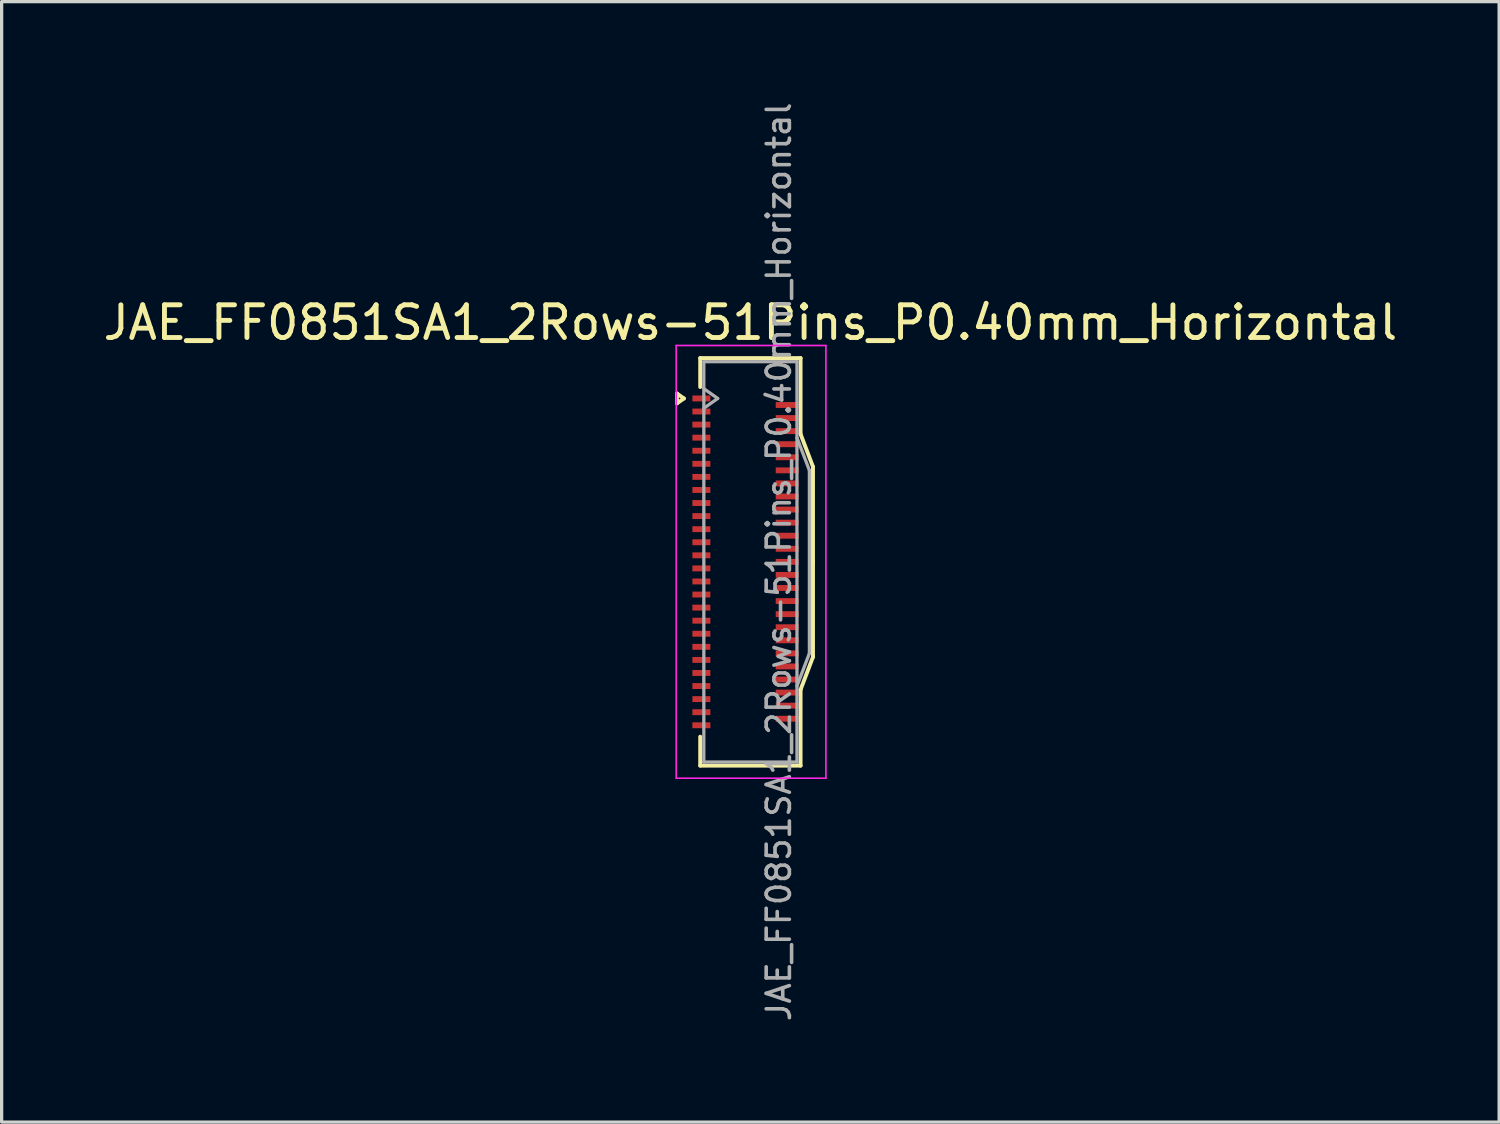
<source format=kicad_pcb>
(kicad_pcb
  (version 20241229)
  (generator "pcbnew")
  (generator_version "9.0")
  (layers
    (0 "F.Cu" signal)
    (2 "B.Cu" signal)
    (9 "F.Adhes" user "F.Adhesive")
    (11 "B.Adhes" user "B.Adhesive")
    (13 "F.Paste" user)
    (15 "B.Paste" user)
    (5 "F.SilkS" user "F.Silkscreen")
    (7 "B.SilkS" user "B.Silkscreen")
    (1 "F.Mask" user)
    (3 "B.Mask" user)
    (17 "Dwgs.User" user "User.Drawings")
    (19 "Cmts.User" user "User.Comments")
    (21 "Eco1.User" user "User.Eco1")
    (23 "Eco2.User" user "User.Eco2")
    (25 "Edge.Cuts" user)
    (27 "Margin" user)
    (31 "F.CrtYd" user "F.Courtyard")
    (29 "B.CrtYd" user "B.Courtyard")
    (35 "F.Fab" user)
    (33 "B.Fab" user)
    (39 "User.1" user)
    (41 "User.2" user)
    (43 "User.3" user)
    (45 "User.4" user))
  (footprint "JAE_FF0851SA1_2Rows-51Pins_P0.40mm_Horizontal"
    (layer "F.Cu")
    (at 19.761 14.142)
    (property "Reference" "JAE_FF0851SA1_2Rows-51Pins_P0.40mm_Horizontal" (at 0.15 -7.32 0) (layer "F.SilkS") (effects (font (size 1 1) (thickness 0.15))))
    (attr smd)
    (fp_line (start -2.097 -5.15) (end -1.885 -5) (stroke (width 0.12) (type solid)) (layer "F.SilkS"))
    (fp_line (start -2.097 -4.85) (end -2.097 -5.15) (stroke (width 0.12) (type solid)) (layer "F.SilkS"))
    (fp_line (start -1.885 -5) (end -2.097 -4.85) (stroke (width 0.12) (type solid)) (layer "F.SilkS"))
    (fp_line (start -1.385 -6.235) (end 1.685 -6.235) (stroke (width 0.12) (type solid)) (layer "F.SilkS"))
    (fp_line (start -1.385 -5.35) (end -1.385 -6.235) (stroke (width 0.12) (type solid)) (layer "F.SilkS"))
    (fp_line (start -1.385 5.35) (end -1.385 6.235) (stroke (width 0.12) (type solid)) (layer "F.SilkS"))
    (fp_line (start -1.385 6.235) (end 1.685 6.235) (stroke (width 0.12) (type solid)) (layer "F.SilkS"))
    (fp_line (start 1.685 -6.235) (end 1.685 -3.91) (stroke (width 0.12) (type solid)) (layer "F.SilkS"))
    (fp_line (start 1.685 -3.91) (end 2.065 -2.91) (stroke (width 0.12) (type solid)) (layer "F.SilkS"))
    (fp_line (start 1.685 3.91) (end 2.065 2.91) (stroke (width 0.12) (type solid)) (layer "F.SilkS"))
    (fp_line (start 1.685 6.235) (end 1.685 3.91) (stroke (width 0.12) (type solid)) (layer "F.SilkS"))
    (fp_line (start 2.065 -2.91) (end 2.065 0) (stroke (width 0.12) (type solid)) (layer "F.SilkS"))
    (fp_line (start 2.065 2.91) (end 2.065 0) (stroke (width 0.12) (type solid)) (layer "F.SilkS"))
    (fp_line (start -2.12 -6.62) (end -2.12 6.62) (stroke (width 0.05) (type solid)) (layer "F.CrtYd"))
    (fp_line (start -2.12 6.62) (end 2.46 6.62) (stroke (width 0.05) (type solid)) (layer "F.CrtYd"))
    (fp_line (start 2.46 -6.62) (end -2.12 -6.62) (stroke (width 0.05) (type solid)) (layer "F.CrtYd"))
    (fp_line (start 2.46 6.62) (end 2.46 -6.62) (stroke (width 0.05) (type solid)) (layer "F.CrtYd"))
    (fp_line (start -1.275 -6.125) (end -1.275 6.125) (stroke (width 0.1) (type solid)) (layer "F.Fab"))
    (fp_line (start -1.275 -5.3) (end -0.851 -5) (stroke (width 0.1) (type solid)) (layer "F.Fab"))
    (fp_line (start -1.275 6.125) (end 1.575 6.125) (stroke (width 0.1) (type solid)) (layer "F.Fab"))
    (fp_line (start -0.851 -5) (end -1.275 -4.7) (stroke (width 0.1) (type solid)) (layer "F.Fab"))
    (fp_line (start 1.575 -6.125) (end -1.275 -6.125) (stroke (width 0.1) (type solid)) (layer "F.Fab"))
    (fp_line (start 1.575 -3.8) (end 1.955 -2.8) (stroke (width 0.1) (type solid)) (layer "F.Fab"))
    (fp_line (start 1.575 6.125) (end 1.575 -6.125) (stroke (width 0.1) (type solid)) (layer "F.Fab"))
    (fp_line (start 1.955 -2.8) (end 1.955 2.8) (stroke (width 0.1) (type solid)) (layer "F.Fab"))
    (fp_line (start 1.955 2.8) (end 1.575 3.8) (stroke (width 0.1) (type solid)) (layer "F.Fab"))
    (fp_text user "${REFERENCE}" (at 1.02 0 90) (layer "F.Fab") (effects (font (size 0.71 0.71) (thickness 0.11))))
    (pad "1" smd rect (at -1.35 -5) (size 0.55 0.18) (layers "F.Cu" "F.Mask" "F.Paste"))
    (pad "2" smd rect (at 1.275 -4.8) (size 0.7 0.18) (layers "F.Cu" "F.Mask" "F.Paste"))
    (pad "3" smd rect (at -1.35 -4.6) (size 0.55 0.18) (layers "F.Cu" "F.Mask" "F.Paste"))
    (pad "4" smd rect (at 1.275 -4.4) (size 0.7 0.18) (layers "F.Cu" "F.Mask" "F.Paste"))
    (pad "5" smd rect (at -1.35 -4.2) (size 0.55 0.18) (layers "F.Cu" "F.Mask" "F.Paste"))
    (pad "6" smd rect (at 1.275 -4) (size 0.7 0.18) (layers "F.Cu" "F.Mask" "F.Paste"))
    (pad "7" smd rect (at -1.35 -3.8) (size 0.55 0.18) (layers "F.Cu" "F.Mask" "F.Paste"))
    (pad "8" smd rect (at 1.275 -3.6) (size 0.7 0.18) (layers "F.Cu" "F.Mask" "F.Paste"))
    (pad "9" smd rect (at -1.35 -3.4) (size 0.55 0.18) (layers "F.Cu" "F.Mask" "F.Paste"))
    (pad "10" smd rect (at 1.275 -3.2) (size 0.7 0.18) (layers "F.Cu" "F.Mask" "F.Paste"))
    (pad "11" smd rect (at -1.35 -3) (size 0.55 0.18) (layers "F.Cu" "F.Mask" "F.Paste"))
    (pad "12" smd rect (at 1.275 -2.8) (size 0.7 0.18) (layers "F.Cu" "F.Mask" "F.Paste"))
    (pad "13" smd rect (at -1.35 -2.6) (size 0.55 0.18) (layers "F.Cu" "F.Mask" "F.Paste"))
    (pad "14" smd rect (at 1.275 -2.4) (size 0.7 0.18) (layers "F.Cu" "F.Mask" "F.Paste"))
    (pad "15" smd rect (at -1.35 -2.2) (size 0.55 0.18) (layers "F.Cu" "F.Mask" "F.Paste"))
    (pad "16" smd rect (at 1.275 -2) (size 0.7 0.18) (layers "F.Cu" "F.Mask" "F.Paste"))
    (pad "17" smd rect (at -1.35 -1.8) (size 0.55 0.18) (layers "F.Cu" "F.Mask" "F.Paste"))
    (pad "18" smd rect (at 1.275 -1.6) (size 0.7 0.18) (layers "F.Cu" "F.Mask" "F.Paste"))
    (pad "19" smd rect (at -1.35 -1.4) (size 0.55 0.18) (layers "F.Cu" "F.Mask" "F.Paste"))
    (pad "20" smd rect (at 1.275 -1.2) (size 0.7 0.18) (layers "F.Cu" "F.Mask" "F.Paste"))
    (pad "21" smd rect (at -1.35 -1) (size 0.55 0.18) (layers "F.Cu" "F.Mask" "F.Paste"))
    (pad "22" smd rect (at 1.275 -0.8) (size 0.7 0.18) (layers "F.Cu" "F.Mask" "F.Paste"))
    (pad "23" smd rect (at -1.35 -0.6) (size 0.55 0.18) (layers "F.Cu" "F.Mask" "F.Paste"))
    (pad "24" smd rect (at 1.275 -0.4) (size 0.7 0.18) (layers "F.Cu" "F.Mask" "F.Paste"))
    (pad "25" smd rect (at -1.35 -0.2) (size 0.55 0.18) (layers "F.Cu" "F.Mask" "F.Paste"))
    (pad "26" smd rect (at 1.275 0) (size 0.7 0.18) (layers "F.Cu" "F.Mask" "F.Paste"))
    (pad "27" smd rect (at -1.35 0.2) (size 0.55 0.18) (layers "F.Cu" "F.Mask" "F.Paste"))
    (pad "28" smd rect (at 1.275 0.4) (size 0.7 0.18) (layers "F.Cu" "F.Mask" "F.Paste"))
    (pad "29" smd rect (at -1.35 0.6) (size 0.55 0.18) (layers "F.Cu" "F.Mask" "F.Paste"))
    (pad "30" smd rect (at 1.275 0.8) (size 0.7 0.18) (layers "F.Cu" "F.Mask" "F.Paste"))
    (pad "31" smd rect (at -1.35 1) (size 0.55 0.18) (layers "F.Cu" "F.Mask" "F.Paste"))
    (pad "32" smd rect (at 1.275 1.2) (size 0.7 0.18) (layers "F.Cu" "F.Mask" "F.Paste"))
    (pad "33" smd rect (at -1.35 1.4) (size 0.55 0.18) (layers "F.Cu" "F.Mask" "F.Paste"))
    (pad "34" smd rect (at 1.275 1.6) (size 0.7 0.18) (layers "F.Cu" "F.Mask" "F.Paste"))
    (pad "35" smd rect (at -1.35 1.8) (size 0.55 0.18) (layers "F.Cu" "F.Mask" "F.Paste"))
    (pad "36" smd rect (at 1.275 2) (size 0.7 0.18) (layers "F.Cu" "F.Mask" "F.Paste"))
    (pad "37" smd rect (at -1.35 2.2) (size 0.55 0.18) (layers "F.Cu" "F.Mask" "F.Paste"))
    (pad "38" smd rect (at 1.275 2.4) (size 0.7 0.18) (layers "F.Cu" "F.Mask" "F.Paste"))
    (pad "39" smd rect (at -1.35 2.6) (size 0.55 0.18) (layers "F.Cu" "F.Mask" "F.Paste"))
    (pad "40" smd rect (at 1.275 2.8) (size 0.7 0.18) (layers "F.Cu" "F.Mask" "F.Paste"))
    (pad "41" smd rect (at -1.35 3) (size 0.55 0.18) (layers "F.Cu" "F.Mask" "F.Paste"))
    (pad "42" smd rect (at 1.275 3.2) (size 0.7 0.18) (layers "F.Cu" "F.Mask" "F.Paste"))
    (pad "43" smd rect (at -1.35 3.4) (size 0.55 0.18) (layers "F.Cu" "F.Mask" "F.Paste"))
    (pad "44" smd rect (at 1.275 3.6) (size 0.7 0.18) (layers "F.Cu" "F.Mask" "F.Paste"))
    (pad "45" smd rect (at -1.35 3.8) (size 0.55 0.18) (layers "F.Cu" "F.Mask" "F.Paste"))
    (pad "46" smd rect (at 1.275 4) (size 0.7 0.18) (layers "F.Cu" "F.Mask" "F.Paste"))
    (pad "47" smd rect (at -1.35 4.2) (size 0.55 0.18) (layers "F.Cu" "F.Mask" "F.Paste"))
    (pad "48" smd rect (at 1.275 4.4) (size 0.7 0.18) (layers "F.Cu" "F.Mask" "F.Paste"))
    (pad "49" smd rect (at -1.35 4.6) (size 0.55 0.18) (layers "F.Cu" "F.Mask" "F.Paste"))
    (pad "50" smd rect (at 1.275 4.8) (size 0.7 0.18) (layers "F.Cu" "F.Mask" "F.Paste"))
    (pad "51" smd rect (at -1.35 5) (size 0.55 0.18) (layers "F.Cu" "F.Mask" "F.Paste")))
  (gr_rect
    (start -3 -3)
    (end 42.821 31.284)
    (stroke (width 0.1) (type default))
    (fill no)
    (layer "Edge.Cuts")))
</source>
